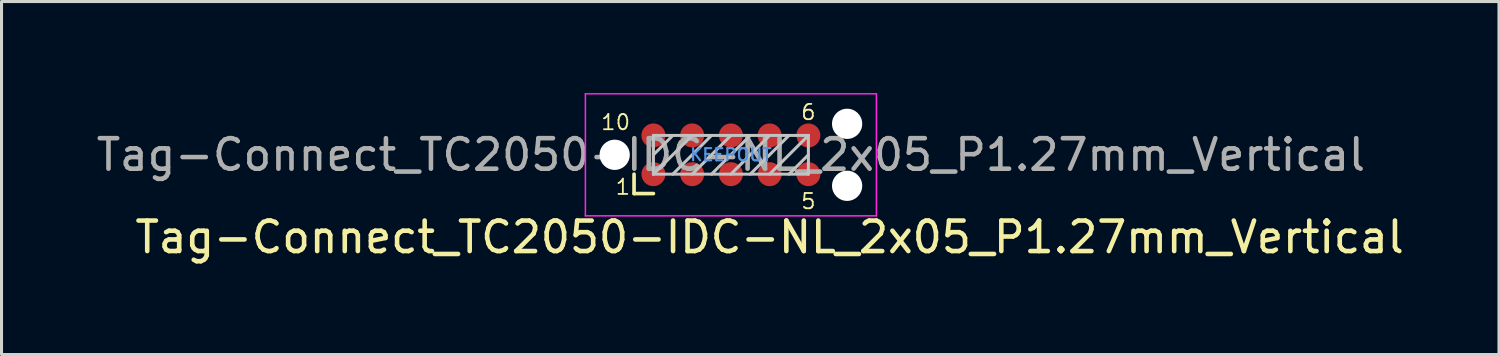
<source format=kicad_pcb>
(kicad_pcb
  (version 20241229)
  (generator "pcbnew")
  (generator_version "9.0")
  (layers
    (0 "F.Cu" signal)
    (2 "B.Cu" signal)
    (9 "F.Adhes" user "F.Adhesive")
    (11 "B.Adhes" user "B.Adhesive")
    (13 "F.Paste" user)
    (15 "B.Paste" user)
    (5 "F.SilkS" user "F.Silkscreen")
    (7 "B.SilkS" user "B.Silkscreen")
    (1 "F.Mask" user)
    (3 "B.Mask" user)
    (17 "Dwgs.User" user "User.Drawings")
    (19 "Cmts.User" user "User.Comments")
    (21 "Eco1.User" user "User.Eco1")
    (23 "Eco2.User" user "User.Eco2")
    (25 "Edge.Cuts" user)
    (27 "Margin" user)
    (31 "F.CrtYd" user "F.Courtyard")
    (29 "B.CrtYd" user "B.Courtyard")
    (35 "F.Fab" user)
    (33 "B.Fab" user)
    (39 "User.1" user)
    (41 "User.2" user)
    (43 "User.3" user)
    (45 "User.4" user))
  (footprint "Tag-Connect_TC2050-IDC-NL_2x05_P1.27mm_Vertical"
    (layer "F.Cu")
    (at 20.911 2.025)
    (property "Reference" "Tag-Connect_TC2050-IDC-NL_2x05_P1.27mm_Vertical" (at 1.27 2.7 0) (layer "F.SilkS") (effects (font (size 1 1) (thickness 0.15))))
    (attr exclude_from_pos_files exclude_from_bom)
    (fp_line (start -3.175 1.27) (end -3.175 0.635) (stroke (width 0.12) (type solid)) (layer "F.SilkS"))
    (fp_line (start -2.54 1.27) (end -3.175 1.27) (stroke (width 0.12) (type solid)) (layer "F.SilkS"))
    (fp_line (start -2.54 -0.635) (end 2.54 -0.635) (stroke (width 0.1) (type solid)) (layer "Dwgs.User"))
    (fp_line (start -2.54 0) (end -1.905 -0.635) (stroke (width 0.1) (type solid)) (layer "Dwgs.User"))
    (fp_line (start -2.54 0.635) (end -2.54 -0.635) (stroke (width 0.1) (type solid)) (layer "Dwgs.User"))
    (fp_line (start -2.54 0.635) (end -1.27 -0.635) (stroke (width 0.1) (type solid)) (layer "Dwgs.User"))
    (fp_line (start -1.905 0.635) (end -0.635 -0.635) (stroke (width 0.1) (type solid)) (layer "Dwgs.User"))
    (fp_line (start -1.27 0.635) (end 0 -0.635) (stroke (width 0.1) (type solid)) (layer "Dwgs.User"))
    (fp_line (start -0.635 0.635) (end 0.635 -0.635) (stroke (width 0.1) (type solid)) (layer "Dwgs.User"))
    (fp_line (start 0 0.635) (end 1.27 -0.635) (stroke (width 0.1) (type solid)) (layer "Dwgs.User"))
    (fp_line (start 0.635 0.635) (end 1.905 -0.635) (stroke (width 0.1) (type solid)) (layer "Dwgs.User"))
    (fp_line (start 1.27 0.635) (end 2.54 -0.635) (stroke (width 0.1) (type solid)) (layer "Dwgs.User"))
    (fp_line (start 1.905 0.635) (end 2.54 0) (stroke (width 0.1) (type solid)) (layer "Dwgs.User"))
    (fp_line (start 2.54 -0.635) (end 2.54 0.635) (stroke (width 0.1) (type solid)) (layer "Dwgs.User"))
    (fp_line (start 2.54 0.635) (end -2.54 0.635) (stroke (width 0.1) (type solid)) (layer "Dwgs.User"))
    (fp_line (start -4.77 -2) (end 4.77 -2) (stroke (width 0.05) (type solid)) (layer "F.CrtYd"))
    (fp_line (start -4.77 2) (end -4.77 -2) (stroke (width 0.05) (type solid)) (layer "F.CrtYd"))
    (fp_line (start 4.77 -2) (end 4.77 2) (stroke (width 0.05) (type solid)) (layer "F.CrtYd"))
    (fp_line (start 4.77 2) (end -4.77 2) (stroke (width 0.05) (type solid)) (layer "F.CrtYd"))
    (fp_text user "10" (at -3.264 -1.067 0) (layer "F.SilkS") (effects (font (size 0.5 0.5) (thickness 0.06)) (justify right)))
    (fp_text user "5" (at 2.54 1.524 0) (layer "F.SilkS") (effects (font (size 0.5 0.5) (thickness 0.06))))
    (fp_text user "6" (at 2.54 -1.397 0) (layer "F.SilkS") (effects (font (size 0.5 0.5) (thickness 0.06))))
    (fp_text user "1" (at -3.264 1.054 0) (layer "F.SilkS") (effects (font (size 0.5 0.5) (thickness 0.06)) (justify right)))
    (fp_text user "KEEPOUT" (at 0 0 0) (layer "Cmts.User") (effects (font (size 0.4 0.4) (thickness 0.07))))
    (fp_text user "${REFERENCE}" (at 0 0 0) (layer "F.Fab") (effects (font (size 1 1) (thickness 0.15))))
    (pad "" np_thru_hole circle (at -3.81 0) (size 0.991 0.991) (drill 0.991) (layers "*.Cu" "*.Mask"))
    (pad "" np_thru_hole circle (at 3.81 -1.016) (size 0.991 0.991) (drill 0.991) (layers "*.Cu" "*.Mask"))
    (pad "" np_thru_hole circle (at 3.81 1.016) (size 0.991 0.991) (drill 0.991) (layers "*.Cu" "*.Mask"))
    (pad "1" connect circle (at -2.54 0.635) (size 0.787 0.787) (layers "F.Cu" "F.Mask"))
    (pad "2" connect circle (at -1.27 0.635) (size 0.787 0.787) (layers "F.Cu" "F.Mask"))
    (pad "3" connect circle (at 0 0.635) (size 0.787 0.787) (layers "F.Cu" "F.Mask"))
    (pad "4" connect circle (at 1.27 0.635) (size 0.787 0.787) (layers "F.Cu" "F.Mask"))
    (pad "5" connect circle (at 2.54 0.635) (size 0.787 0.787) (layers "F.Cu" "F.Mask"))
    (pad "6" connect circle (at 2.54 -0.635) (size 0.787 0.787) (layers "F.Cu" "F.Mask"))
    (pad "7" connect circle (at 1.27 -0.635) (size 0.787 0.787) (layers "F.Cu" "F.Mask"))
    (pad "8" connect circle (at 0 -0.635) (size 0.787 0.787) (layers "F.Cu" "F.Mask"))
    (pad "9" connect circle (at -1.27 -0.635) (size 0.787 0.787) (layers "F.Cu" "F.Mask"))
    (pad "10" connect circle (at -2.54 -0.635) (size 0.787 0.787) (layers "F.Cu" "F.Mask")))
  (gr_rect
    (start -3 -3)
    (end 46.091 8.573)
    (stroke (width 0.1) (type default))
    (fill no)
    (layer "Edge.Cuts")))
</source>
